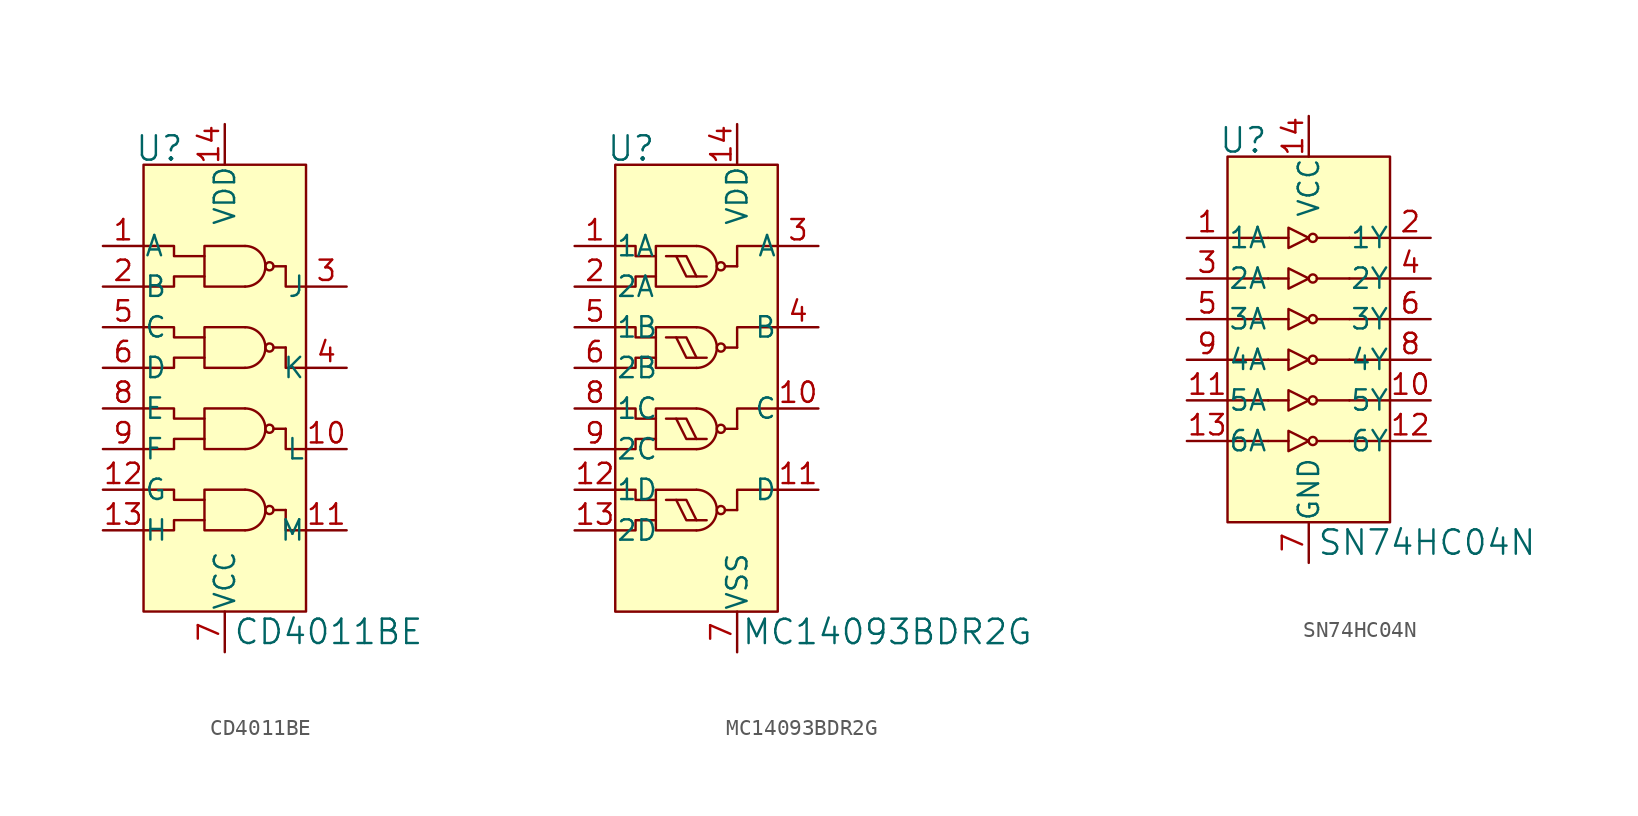
<source format=kicad_sym>
(kicad_symbol_lib
  (version 20220914)
  (generator kicad_symbol_editor)
  (symbol "CD4011BE"
    (pin_names
      (offset 0.025))
    (property "Reference" "U"
      (at -5.08 11.176 0)
      (effects (font (size 1.524 1.524)) (justify right)))
    (property "Value" "CD4011BE"
      (at -2.032 -19.05 0)
      (effects (font (size 1.524 1.524)) (justify left)))
    (symbol "CD4011BE_0_1"
      (rectangle (start -7.62 10.16) (end 2.54 -17.78) (stroke (width 0) (type solid)) (fill (type background)))
      (arc (start -1.27 -12.7) (mid -0.0055 -11.43) (end -1.27 -10.16) (stroke (width 0) (type solid)) (fill (type none)))
      (arc (start -1.27 -7.62) (mid -0.0055 -6.35) (end -1.27 -5.08) (stroke (width 0) (type solid)) (fill (type none)))
      (arc (start -1.27 -2.54) (mid -0.0055 -1.27) (end -1.27 0) (stroke (width 0) (type solid)) (fill (type none)))
      (arc (start -1.27 2.54) (mid -0.0055 3.81) (end -1.27 5.08) (stroke (width 0) (type solid)) (fill (type none)))
      (polyline (pts (xy 0.508 -11.43) (xy 1.27 -11.43)) (stroke (width 0) (type solid)) (fill (type none)))
      (polyline (pts (xy 0.508 3.81) (xy 1.27 3.81)) (stroke (width 0) (type solid)) (fill (type none)))
      (polyline (pts (xy 1.27 -6.35) (xy 0.508 -6.35)) (stroke (width 0) (type solid)) (fill (type none)))
      (polyline (pts (xy 1.27 -1.27) (xy 0.508 -1.27)) (stroke (width 0) (type solid)) (fill (type none)))
      (polyline (pts (xy 1.27 -11.43) (xy 1.27 -12.7) (xy 2.54 -12.7)) (stroke (width 0) (type solid)) (fill (type none)))
      (polyline (pts (xy 1.27 -6.35) (xy 1.27 -7.62) (xy 2.54 -7.62)) (stroke (width 0) (type solid)) (fill (type none)))
      (polyline (pts (xy 1.27 -1.27) (xy 1.27 -2.54) (xy 2.54 -2.54)) (stroke (width 0) (type solid)) (fill (type none)))
      (polyline (pts (xy 1.27 3.81) (xy 1.27 2.54) (xy 2.54 2.54)) (stroke (width 0) (type solid)) (fill (type none)))
      (polyline (pts (xy -7.62 -12.7) (xy -5.715 -12.7) (xy -5.715 -12.065) (xy -3.81 -12.065)) (stroke (width 0) (type solid)) (fill (type none)))
      (polyline (pts (xy -7.62 -7.62) (xy -5.715 -7.62) (xy -5.715 -6.985) (xy -3.81 -6.985)) (stroke (width 0) (type solid)) (fill (type none)))
      (polyline (pts (xy -7.62 -2.54) (xy -5.715 -2.54) (xy -5.715 -1.905) (xy -3.81 -1.905)) (stroke (width 0) (type solid)) (fill (type none)))
      (polyline (pts (xy -3.81 -10.795) (xy -5.715 -10.795) (xy -5.715 -10.16) (xy -7.62 -10.16)) (stroke (width 0) (type solid)) (fill (type none)))
      (polyline (pts (xy -3.81 -5.715) (xy -5.715 -5.715) (xy -5.715 -5.08) (xy -7.62 -5.08)) (stroke (width 0) (type solid)) (fill (type none)))
      (polyline (pts (xy -3.81 -0.635) (xy -5.715 -0.635) (xy -5.715 0) (xy -7.62 0)) (stroke (width 0) (type solid)) (fill (type none)))
      (polyline (pts (xy -3.81 3.175) (xy -5.715 3.175) (xy -5.715 2.54) (xy -7.62 2.54)) (stroke (width 0) (type solid)) (fill (type none)))
      (polyline (pts (xy -3.81 4.445) (xy -5.715 4.445) (xy -5.715 5.08) (xy -7.62 5.08)) (stroke (width 0) (type solid)) (fill (type none)))
      (polyline (pts (xy -1.27 -10.16) (xy -3.81 -10.16) (xy -3.81 -12.7) (xy -1.27 -12.7)) (stroke (width 0) (type solid)) (fill (type none)))
      (polyline (pts (xy -1.27 -5.08) (xy -3.81 -5.08) (xy -3.81 -7.62) (xy -1.27 -7.62)) (stroke (width 0) (type solid)) (fill (type none)))
      (polyline (pts (xy -1.27 0) (xy -3.81 0) (xy -3.81 -2.54) (xy -1.27 -2.54)) (stroke (width 0) (type solid)) (fill (type none)))
      (polyline (pts (xy -1.27 5.08) (xy -3.81 5.08) (xy -3.81 2.54) (xy -1.27 2.54)) (stroke (width 0) (type solid)) (fill (type none)))
      (circle (center 0.254 -11.43) (radius 0.254) (stroke (width 0) (type solid)) (fill (type none)))
      (circle (center 0.254 -6.35) (radius 0.254) (stroke (width 0) (type solid)) (fill (type none)))
      (circle (center 0.254 -1.27) (radius 0.254) (stroke (width 0) (type solid)) (fill (type none)))
      (circle (center 0.254 3.81) (radius 0.254) (stroke (width 0) (type solid)) (fill (type none))))
    (symbol "CD4011BE_1_1"
      (pin input line (at -10.16 5.08 0) (length 2.54) (name "A" (effects (font (size 1.27 1.27)))) (number "1" (effects (font (size 1.27 1.27)))))
      (pin output line (at 5.08 -7.62 180) (length 2.54) (name "L" (effects (font (size 1.27 1.27)))) (number "10" (effects (font (size 1.27 1.27)))))
      (pin output line (at 5.08 -12.7 180) (length 2.54) (name "M" (effects (font (size 1.27 1.27)))) (number "11" (effects (font (size 1.27 1.27)))))
      (pin input line (at -10.16 -10.16 0) (length 2.54) (name "G" (effects (font (size 1.27 1.27)))) (number "12" (effects (font (size 1.27 1.27)))))
      (pin input line (at -10.16 -12.7 0) (length 2.54) (name "H" (effects (font (size 1.27 1.27)))) (number "13" (effects (font (size 1.27 1.27)))))
      (pin power_in line (at -2.54 12.7 270) (length 2.54) (name "VDD" (effects (font (size 1.27 1.27)))) (number "14" (effects (font (size 1.27 1.27)))))
      (pin input line (at -10.16 2.54 0) (length 2.54) (name "B" (effects (font (size 1.27 1.27)))) (number "2" (effects (font (size 1.27 1.27)))))
      (pin output line (at 5.08 2.54 180) (length 2.54) (name "J" (effects (font (size 1.27 1.27)))) (number "3" (effects (font (size 1.27 1.27)))))
      (pin output line (at 5.08 -2.54 180) (length 2.54) (name "K" (effects (font (size 1.27 1.27)))) (number "4" (effects (font (size 1.27 1.27)))))
      (pin input line (at -10.16 0 0) (length 2.54) (name "C" (effects (font (size 1.27 1.27)))) (number "5" (effects (font (size 1.27 1.27)))))
      (pin input line (at -10.16 -2.54 0) (length 2.54) (name "D" (effects (font (size 1.27 1.27)))) (number "6" (effects (font (size 1.27 1.27)))))
      (pin power_in line (at -2.54 -20.32 90) (length 2.54) (name "VCC" (effects (font (size 1.27 1.27)))) (number "7" (effects (font (size 1.27 1.27)))))
      (pin input line (at -10.16 -5.08 0) (length 2.54) (name "E" (effects (font (size 1.27 1.27)))) (number "8" (effects (font (size 1.27 1.27)))))
      (pin input line (at -10.16 -7.62 0) (length 2.54) (name "F" (effects (font (size 1.27 1.27)))) (number "9" (effects (font (size 1.27 1.27)))))))
  (symbol "MC14093BDR2G"
    (pin_names
      (offset 0.025))
    (property "Reference" "U"
      (at -2.54 13.716 0)
      (effects (font (size 1.524 1.524)) (justify right)))
    (property "Value" "MC14093BDR2G"
      (at 2.794 -16.51 0)
      (effects (font (size 1.524 1.524)) (justify left)))
    (symbol "MC14093BDR2G_0_1"
      (rectangle (start -5.08 12.7) (end 5.08 -15.24) (stroke (width 0) (type solid)) (fill (type background)))
      (arc (start 0 -10.16) (mid 1.2645 -8.89) (end 0 -7.62) (stroke (width 0) (type solid)) (fill (type none)))
      (arc (start 0 -5.08) (mid 1.2645 -3.81) (end 0 -2.54) (stroke (width 0) (type solid)) (fill (type none)))
      (polyline (pts (xy 2.54 -8.89) (xy 1.778 -8.89)) (stroke (width 0) (type solid)) (fill (type none)))
      (polyline (pts (xy 2.54 -3.81) (xy 1.778 -3.81)) (stroke (width 0) (type solid)) (fill (type none)))
      (polyline (pts (xy 2.54 1.27) (xy 1.778 1.27)) (stroke (width 0) (type solid)) (fill (type none)))
      (polyline (pts (xy 2.54 6.35) (xy 1.778 6.35)) (stroke (width 0) (type solid)) (fill (type none)))
      (polyline (pts (xy 2.54 -8.89) (xy 2.54 -7.62) (xy 5.08 -7.62)) (stroke (width 0) (type solid)) (fill (type none)))
      (polyline (pts (xy 2.54 -3.81) (xy 2.54 -2.54) (xy 5.08 -2.54)) (stroke (width 0) (type solid)) (fill (type none)))
      (polyline (pts (xy 2.54 1.27) (xy 2.54 2.54) (xy 5.08 2.54)) (stroke (width 0) (type solid)) (fill (type none)))
      (polyline (pts (xy 2.54 6.35) (xy 2.54 7.62) (xy 5.08 7.62)) (stroke (width 0) (type solid)) (fill (type none)))
      (polyline (pts (xy -5.08 -10.16) (xy -3.81 -10.16) (xy -3.81 -9.525) (xy -2.54 -9.525)) (stroke (width 0) (type solid)) (fill (type none)))
      (polyline (pts (xy -5.08 -5.08) (xy -3.81 -5.08) (xy -3.81 -4.445) (xy -2.54 -4.445)) (stroke (width 0) (type solid)) (fill (type none)))
      (polyline (pts (xy -5.08 0) (xy -3.81 0) (xy -3.81 0.635) (xy -2.54 0.635)) (stroke (width 0) (type solid)) (fill (type none)))
      (polyline (pts (xy -5.08 5.08) (xy -3.81 5.08) (xy -3.81 5.715) (xy -2.54 5.715)) (stroke (width 0) (type solid)) (fill (type none)))
      (polyline (pts (xy -2.54 -8.255) (xy -3.81 -8.255) (xy -3.81 -7.62) (xy -5.08 -7.62)) (stroke (width 0) (type solid)) (fill (type none)))
      (polyline (pts (xy -2.54 -3.175) (xy -3.81 -3.175) (xy -3.81 -2.54) (xy -5.08 -2.54)) (stroke (width 0) (type solid)) (fill (type none)))
      (polyline (pts (xy -2.54 1.905) (xy -3.81 1.905) (xy -3.81 2.54) (xy -5.08 2.54)) (stroke (width 0) (type solid)) (fill (type none)))
      (polyline (pts (xy -2.54 6.985) (xy -3.81 6.985) (xy -3.81 7.62) (xy -5.08 7.62)) (stroke (width 0) (type solid)) (fill (type none)))
      (polyline (pts (xy -1.905 -8.255) (xy -1.27 -8.255) (xy -0.635 -9.525) (xy 0 -9.525)) (stroke (width 0) (type solid)) (fill (type none)))
      (polyline (pts (xy -1.905 -3.175) (xy -1.27 -3.175) (xy -0.635 -4.445) (xy 0 -4.445)) (stroke (width 0) (type solid)) (fill (type none)))
      (polyline (pts (xy -1.905 1.905) (xy -1.27 1.905) (xy -0.635 0.635) (xy 0 0.635)) (stroke (width 0) (type solid)) (fill (type none)))
      (polyline (pts (xy -1.905 6.985) (xy -1.27 6.985) (xy -0.635 5.715) (xy 0 5.715)) (stroke (width 0) (type solid)) (fill (type none)))
      (polyline (pts (xy -1.27 -8.255) (xy -0.635 -8.255) (xy 0 -9.525) (xy 0.635 -9.525)) (stroke (width 0) (type solid)) (fill (type none)))
      (polyline (pts (xy -1.27 -3.175) (xy -0.635 -3.175) (xy 0 -4.445) (xy 0.635 -4.445)) (stroke (width 0) (type solid)) (fill (type none)))
      (polyline (pts (xy -1.27 1.905) (xy -0.635 1.905) (xy 0 0.635) (xy 0.635 0.635)) (stroke (width 0) (type solid)) (fill (type none)))
      (polyline (pts (xy -1.27 6.985) (xy -0.635 6.985) (xy 0 5.715) (xy 0.635 5.715)) (stroke (width 0) (type solid)) (fill (type none)))
      (polyline (pts (xy 0 -7.62) (xy -2.54 -7.62) (xy -2.54 -10.16) (xy 0 -10.16)) (stroke (width 0) (type solid)) (fill (type none)))
      (polyline (pts (xy 0 -2.54) (xy -2.54 -2.54) (xy -2.54 -5.08) (xy 0 -5.08)) (stroke (width 0) (type solid)) (fill (type none)))
      (polyline (pts (xy 0 2.54) (xy -2.54 2.54) (xy -2.54 0) (xy 0 0)) (stroke (width 0) (type solid)) (fill (type none)))
      (polyline (pts (xy 0 7.62) (xy -2.54 7.62) (xy -2.54 5.08) (xy 0 5.08)) (stroke (width 0) (type solid)) (fill (type none)))
      (arc (start 0 0) (mid 1.2645 1.27) (end 0 2.54) (stroke (width 0) (type solid)) (fill (type none)))
      (arc (start 0 5.08) (mid 1.2645 6.35) (end 0 7.62) (stroke (width 0) (type solid)) (fill (type none)))
      (circle (center 1.524 -8.89) (radius 0.254) (stroke (width 0) (type solid)) (fill (type none)))
      (circle (center 1.524 -3.81) (radius 0.254) (stroke (width 0) (type solid)) (fill (type none)))
      (circle (center 1.524 1.27) (radius 0.254) (stroke (width 0) (type solid)) (fill (type none)))
      (circle (center 1.524 6.35) (radius 0.254) (stroke (width 0) (type solid)) (fill (type none))))
    (symbol "MC14093BDR2G_1_1"
      (pin input line (at -7.62 7.62 0) (length 2.54) (name "1A" (effects (font (size 1.27 1.27)))) (number "1" (effects (font (size 1.27 1.27)))))
      (pin output line (at 7.62 -2.54 180) (length 2.54) (name "C" (effects (font (size 1.27 1.27)))) (number "10" (effects (font (size 1.27 1.27)))))
      (pin output line (at 7.62 -7.62 180) (length 2.54) (name "D" (effects (font (size 1.27 1.27)))) (number "11" (effects (font (size 1.27 1.27)))))
      (pin input line (at -7.62 -7.62 0) (length 2.54) (name "1D" (effects (font (size 1.27 1.27)))) (number "12" (effects (font (size 1.27 1.27)))))
      (pin input line (at -7.62 -10.16 0) (length 2.54) (name "2D" (effects (font (size 1.27 1.27)))) (number "13" (effects (font (size 1.27 1.27)))))
      (pin power_in line (at 2.54 15.24 270) (length 2.54) (name "VDD" (effects (font (size 1.27 1.27)))) (number "14" (effects (font (size 1.27 1.27)))))
      (pin input line (at -7.62 5.08 0) (length 2.54) (name "2A" (effects (font (size 1.27 1.27)))) (number "2" (effects (font (size 1.27 1.27)))))
      (pin output line (at 7.62 7.62 180) (length 2.54) (name "A" (effects (font (size 1.27 1.27)))) (number "3" (effects (font (size 1.27 1.27)))))
      (pin output line (at 7.62 2.54 180) (length 2.54) (name "B" (effects (font (size 1.27 1.27)))) (number "4" (effects (font (size 1.27 1.27)))))
      (pin input line (at -7.62 2.54 0) (length 2.54) (name "1B" (effects (font (size 1.27 1.27)))) (number "5" (effects (font (size 1.27 1.27)))))
      (pin input line (at -7.62 0 0) (length 2.54) (name "2B" (effects (font (size 1.27 1.27)))) (number "6" (effects (font (size 1.27 1.27)))))
      (pin power_in line (at 2.54 -17.78 90) (length 2.54) (name "VSS" (effects (font (size 1.27 1.27)))) (number "7" (effects (font (size 1.27 1.27)))))
      (pin input line (at -7.62 -2.54 0) (length 2.54) (name "1C" (effects (font (size 1.27 1.27)))) (number "8" (effects (font (size 1.27 1.27)))))
      (pin input line (at -7.62 -5.08 0) (length 2.54) (name "2C" (effects (font (size 1.27 1.27)))) (number "9" (effects (font (size 1.27 1.27)))))))
  (symbol "SN74HC04N"
    (pin_names
      (offset 0.025))
    (property "Reference" "U"
      (at -2.54 13.716 0)
      (effects (font (size 1.524 1.524)) (justify right)))
    (property "Value" "SN74HC04N"
      (at 0.508 -11.43 0)
      (effects (font (size 1.524 1.524)) (justify left)))
    (symbol "SN74HC04N_0_1"
      (rectangle (start -5.08 12.7) (end 5.08 -10.16) (stroke (width 0) (type solid)) (fill (type background)))
      (polyline (pts (xy -2.54 -5.08) (xy -5.08 -5.08)) (stroke (width 0) (type solid)) (fill (type none)))
      (polyline (pts (xy -2.54 -2.54) (xy -5.08 -2.54)) (stroke (width 0) (type solid)) (fill (type none)))
      (polyline (pts (xy -2.54 -2.54) (xy -1.27 -2.54)) (stroke (width 0) (type solid)) (fill (type none)))
      (polyline (pts (xy -2.54 0) (xy -5.08 0)) (stroke (width 0) (type solid)) (fill (type none)))
      (polyline (pts (xy -2.54 2.54) (xy -5.08 2.54)) (stroke (width 0) (type solid)) (fill (type none)))
      (polyline (pts (xy -2.54 2.54) (xy -1.27 2.54)) (stroke (width 0) (type solid)) (fill (type none)))
      (polyline (pts (xy -2.54 5.08) (xy -5.08 5.08)) (stroke (width 0) (type solid)) (fill (type none)))
      (polyline (pts (xy -2.54 7.62) (xy -5.08 7.62)) (stroke (width 0) (type solid)) (fill (type none)))
      (polyline (pts (xy -1.27 -5.08) (xy -2.54 -5.08)) (stroke (width 0) (type solid)) (fill (type none)))
      (polyline (pts (xy -1.27 0) (xy -2.54 0)) (stroke (width 0) (type solid)) (fill (type none)))
      (polyline (pts (xy -1.27 5.08) (xy -2.54 5.08)) (stroke (width 0) (type solid)) (fill (type none)))
      (polyline (pts (xy -1.27 7.62) (xy -2.54 7.62)) (stroke (width 0) (type solid)) (fill (type none)))
      (polyline (pts (xy 0.508 -5.08) (xy 2.54 -5.08)) (stroke (width 0) (type solid)) (fill (type none)))
      (polyline (pts (xy 0.508 0) (xy 2.54 0)) (stroke (width 0) (type solid)) (fill (type none)))
      (polyline (pts (xy 0.508 2.54) (xy 2.54 2.54)) (stroke (width 0) (type solid)) (fill (type none)))
      (polyline (pts (xy 0.508 5.08) (xy 2.54 5.08)) (stroke (width 0) (type solid)) (fill (type none)))
      (polyline (pts (xy 2.54 -2.54) (xy 0.508 -2.54)) (stroke (width 0) (type solid)) (fill (type none)))
      (polyline (pts (xy 2.54 7.62) (xy 0.508 7.62)) (stroke (width 0) (type solid)) (fill (type none)))
      (polyline (pts (xy 5.08 -5.08) (xy 2.54 -5.08)) (stroke (width 0) (type solid)) (fill (type none)))
      (polyline (pts (xy 5.08 -2.54) (xy 2.54 -2.54)) (stroke (width 0) (type solid)) (fill (type none)))
      (polyline (pts (xy 5.08 0) (xy 2.54 0)) (stroke (width 0) (type solid)) (fill (type none)))
      (polyline (pts (xy 5.08 2.54) (xy 2.54 2.54)) (stroke (width 0) (type solid)) (fill (type none)))
      (polyline (pts (xy 5.08 5.08) (xy 2.54 5.08)) (stroke (width 0) (type solid)) (fill (type none)))
      (polyline (pts (xy 5.08 7.62) (xy 2.54 7.62)) (stroke (width 0) (type solid)) (fill (type none)))
      (polyline (pts (xy -1.27 -4.445) (xy -1.27 -5.715) (xy 0 -5.08) (xy -1.27 -4.445)) (stroke (width 0) (type solid)) (fill (type none)))
      (polyline (pts (xy -1.27 -1.905) (xy -1.27 -3.175) (xy 0 -2.54) (xy -1.27 -1.905)) (stroke (width 0) (type solid)) (fill (type none)))
      (polyline (pts (xy -1.27 0.635) (xy -1.27 -0.635) (xy 0 0) (xy -1.27 0.635)) (stroke (width 0) (type solid)) (fill (type none)))
      (polyline (pts (xy -1.27 3.175) (xy -1.27 1.905) (xy 0 2.54) (xy -1.27 3.175)) (stroke (width 0) (type solid)) (fill (type none)))
      (polyline (pts (xy -1.27 5.715) (xy -1.27 4.445) (xy 0 5.08) (xy -1.27 5.715)) (stroke (width 0) (type solid)) (fill (type none)))
      (polyline (pts (xy -1.27 8.255) (xy -1.27 6.985) (xy 0 7.62) (xy -1.27 8.255)) (stroke (width 0) (type solid)) (fill (type none)))
      (circle (center 0.254 -5.08) (radius 0.254) (stroke (width 0) (type solid)) (fill (type none)))
      (circle (center 0.254 -2.54) (radius 0.254) (stroke (width 0) (type solid)) (fill (type none)))
      (circle (center 0.254 0) (radius 0.254) (stroke (width 0) (type solid)) (fill (type none)))
      (circle (center 0.254 2.54) (radius 0.254) (stroke (width 0) (type solid)) (fill (type none)))
      (circle (center 0.254 5.08) (radius 0.254) (stroke (width 0) (type solid)) (fill (type none)))
      (circle (center 0.254 7.62) (radius 0.254) (stroke (width 0) (type solid)) (fill (type none))))
    (symbol "SN74HC04N_1_1"
      (pin input line (at -7.62 7.62 0) (length 2.54) (name "1A" (effects (font (size 1.27 1.27)))) (number "1" (effects (font (size 1.27 1.27)))))
      (pin output line (at 7.62 -2.54 180) (length 2.54) (name "5Y" (effects (font (size 1.27 1.27)))) (number "10" (effects (font (size 1.27 1.27)))))
      (pin input line (at -7.62 -2.54 0) (length 2.54) (name "5A" (effects (font (size 1.27 1.27)))) (number "11" (effects (font (size 1.27 1.27)))))
      (pin output line (at 7.62 -5.08 180) (length 2.54) (name "6Y" (effects (font (size 1.27 1.27)))) (number "12" (effects (font (size 1.27 1.27)))))
      (pin input line (at -7.62 -5.08 0) (length 2.54) (name "6A" (effects (font (size 1.27 1.27)))) (number "13" (effects (font (size 1.27 1.27)))))
      (pin power_in line (at 0 15.24 270) (length 2.54) (name "VCC" (effects (font (size 1.27 1.27)))) (number "14" (effects (font (size 1.27 1.27)))))
      (pin output line (at 7.62 7.62 180) (length 2.54) (name "1Y" (effects (font (size 1.27 1.27)))) (number "2" (effects (font (size 1.27 1.27)))))
      (pin input line (at -7.62 5.08 0) (length 2.54) (name "2A" (effects (font (size 1.27 1.27)))) (number "3" (effects (font (size 1.27 1.27)))))
      (pin output line (at 7.62 5.08 180) (length 2.54) (name "2Y" (effects (font (size 1.27 1.27)))) (number "4" (effects (font (size 1.27 1.27)))))
      (pin input line (at -7.62 2.54 0) (length 2.54) (name "3A" (effects (font (size 1.27 1.27)))) (number "5" (effects (font (size 1.27 1.27)))))
      (pin output line (at 7.62 2.54 180) (length 2.54) (name "3Y" (effects (font (size 1.27 1.27)))) (number "6" (effects (font (size 1.27 1.27)))))
      (pin power_in line (at 0 -12.7 90) (length 2.54) (name "GND" (effects (font (size 1.27 1.27)))) (number "7" (effects (font (size 1.27 1.27)))))
      (pin output line (at 7.62 0 180) (length 2.54) (name "4Y" (effects (font (size 1.27 1.27)))) (number "8" (effects (font (size 1.27 1.27)))))
      (pin input line (at -7.62 0 0) (length 2.54) (name "4A" (effects (font (size 1.27 1.27)))) (number "9" (effects (font (size 1.27 1.27))))))))
</source>
